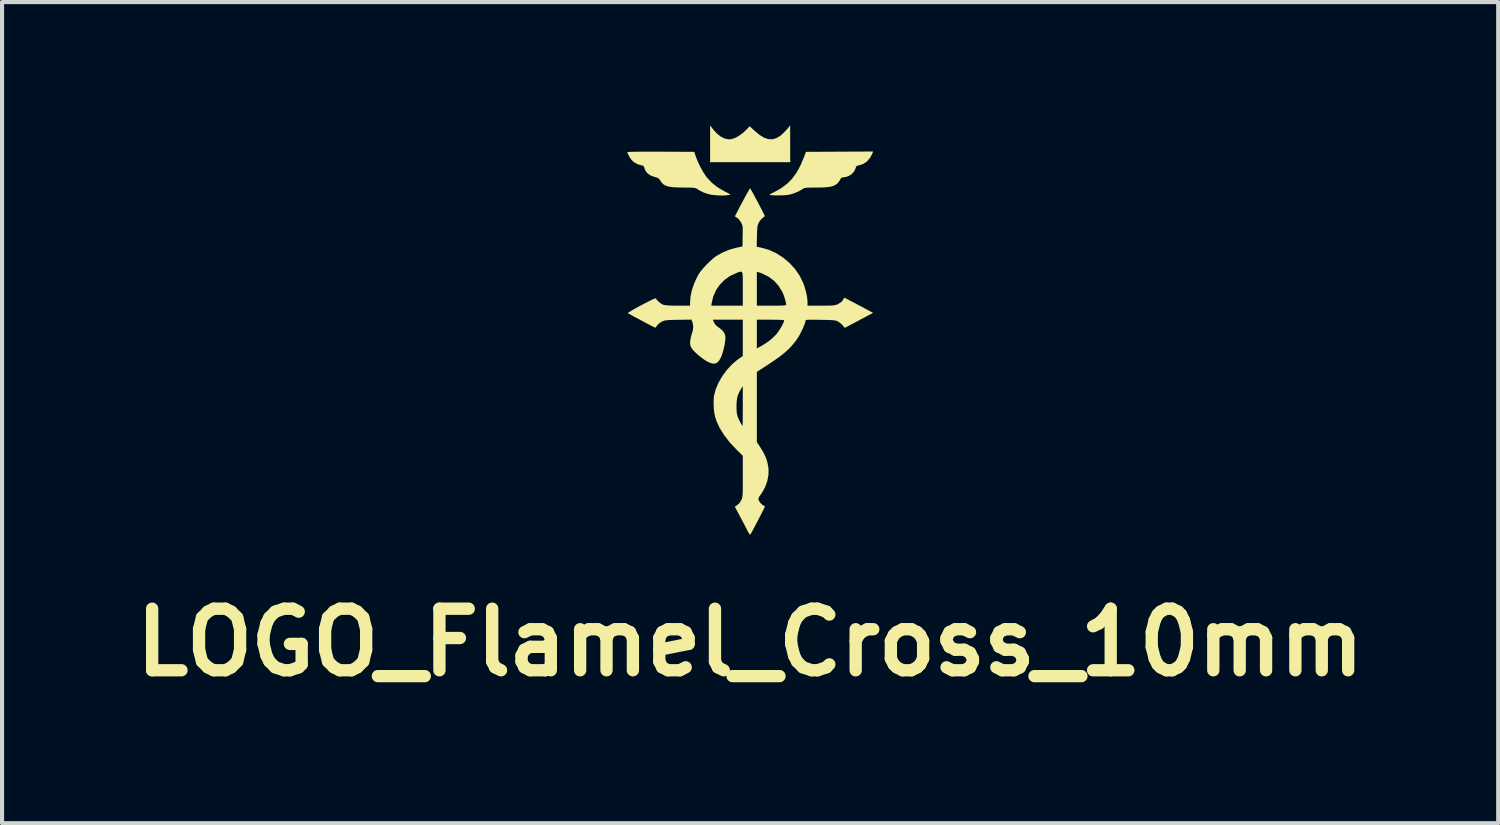
<source format=kicad_pcb>
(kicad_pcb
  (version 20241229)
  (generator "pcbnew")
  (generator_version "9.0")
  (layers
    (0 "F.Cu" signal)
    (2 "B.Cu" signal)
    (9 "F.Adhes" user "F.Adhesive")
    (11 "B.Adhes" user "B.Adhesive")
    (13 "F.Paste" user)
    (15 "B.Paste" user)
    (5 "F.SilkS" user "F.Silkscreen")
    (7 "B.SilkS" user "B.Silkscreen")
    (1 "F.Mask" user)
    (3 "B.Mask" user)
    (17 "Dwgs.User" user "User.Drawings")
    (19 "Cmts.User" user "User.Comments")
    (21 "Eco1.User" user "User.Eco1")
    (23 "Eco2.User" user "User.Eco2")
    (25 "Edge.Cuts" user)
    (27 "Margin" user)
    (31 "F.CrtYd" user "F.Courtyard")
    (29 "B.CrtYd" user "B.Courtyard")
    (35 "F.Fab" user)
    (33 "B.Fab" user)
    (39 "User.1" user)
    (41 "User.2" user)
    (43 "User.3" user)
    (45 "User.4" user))
  (footprint "LOGO_Flamel_Cross_10mm"
    (layer "F.Cu")
    (at 15.229 4.984)
    (property "Reference" "LOGO_Flamel_Cross_10mm" (at 0 7.62 0) (layer "F.SilkS") (effects (font (size 1.5 1.5) (thickness 0.3))))
    (attr board_only exclude_from_pos_files exclude_from_bom)
    (fp_poly (pts (xy 0.975 -4.533) (xy 0.976 -4.082) (xy 0 -4.082) (xy -0.976 -4.082) (xy -0.976 -4.53) (xy -0.976 -4.978) (xy -0.898 -4.876) (xy -0.808 -4.777) (xy -0.712 -4.703) (xy -0.614 -4.656) (xy -0.517 -4.638) (xy -0.465 -4.642) (xy -0.377 -4.668) (xy -0.281 -4.719) (xy -0.184 -4.789) (xy -0.112 -4.854) (xy -0.01 -4.957) (xy 0.11 -4.845) (xy 0.227 -4.748) (xy 0.337 -4.681) (xy 0.44 -4.645) (xy 0.54 -4.64) (xy 0.636 -4.666) (xy 0.732 -4.723) (xy 0.805 -4.787) (xy 0.856 -4.839) (xy 0.902 -4.89) (xy 0.935 -4.928) (xy 0.94 -4.935) (xy 0.975 -4.984)) (stroke (width 0) (type solid)) (fill yes) (layer "F.SilkS"))
    (fp_poly (pts (xy 2.983 -4.305) (xy 2.968 -4.272) (xy 2.941 -4.224) (xy 2.918 -4.184) (xy 2.846 -4.1) (xy 2.757 -4.04) (xy 2.656 -4.007) (xy 2.655 -4.007) (xy 2.61 -3.997) (xy 2.586 -3.98) (xy 2.572 -3.944) (xy 2.568 -3.929) (xy 2.531 -3.853) (xy 2.471 -3.788) (xy 2.393 -3.741) (xy 2.342 -3.725) (xy 2.29 -3.715) (xy 2.25 -3.709) (xy 2.237 -3.708) (xy 2.216 -3.694) (xy 2.196 -3.661) (xy 2.196 -3.661) (xy 2.172 -3.619) (xy 2.135 -3.575) (xy 2.125 -3.564) (xy 2.082 -3.531) (xy 2.03 -3.505) (xy 1.963 -3.486) (xy 1.878 -3.474) (xy 1.77 -3.466) (xy 1.634 -3.464) (xy 1.605 -3.464) (xy 1.502 -3.463) (xy 1.426 -3.462) (xy 1.373 -3.459) (xy 1.336 -3.454) (xy 1.31 -3.446) (xy 1.29 -3.435) (xy 1.287 -3.433) (xy 1.187 -3.374) (xy 1.071 -3.324) (xy 0.962 -3.292) (xy 0.886 -3.281) (xy 0.789 -3.274) (xy 0.684 -3.272) (xy 0.583 -3.274) (xy 0.506 -3.28) (xy 0.483 -3.284) (xy 0.475 -3.29) (xy 0.486 -3.301) (xy 0.519 -3.319) (xy 0.577 -3.348) (xy 0.598 -3.359) (xy 0.759 -3.45) (xy 0.9 -3.555) (xy 1.022 -3.679) (xy 1.128 -3.824) (xy 1.222 -3.994) (xy 1.301 -4.179) (xy 1.36 -4.334) (xy 2.177 -4.338) (xy 2.994 -4.342)) (stroke (width 0) (type solid)) (fill yes) (layer "F.SilkS"))
    (fp_poly (pts (xy -2.288 -4.338) (xy -2.177 -4.338) (xy -1.362 -4.334) (xy -1.324 -4.22) (xy -1.277 -4.099) (xy -1.217 -3.972) (xy -1.15 -3.851) (xy -1.081 -3.746) (xy -1.052 -3.708) (xy -0.932 -3.579) (xy -0.793 -3.47) (xy -0.631 -3.375) (xy -0.619 -3.369) (xy -0.552 -3.335) (xy -0.511 -3.313) (xy -0.492 -3.298) (xy -0.492 -3.29) (xy -0.508 -3.284) (xy -0.514 -3.283) (xy -0.583 -3.274) (xy -0.674 -3.27) (xy -0.775 -3.273) (xy -0.874 -3.28) (xy -0.962 -3.292) (xy -1.003 -3.301) (xy -1.128 -3.341) (xy -1.236 -3.394) (xy -1.293 -3.43) (xy -1.314 -3.443) (xy -1.338 -3.451) (xy -1.37 -3.457) (xy -1.417 -3.461) (xy -1.484 -3.463) (xy -1.576 -3.463) (xy -1.613 -3.464) (xy -1.759 -3.466) (xy -1.877 -3.472) (xy -1.971 -3.485) (xy -2.044 -3.505) (xy -2.101 -3.533) (xy -2.145 -3.571) (xy -2.181 -3.619) (xy -2.19 -3.633) (xy -2.212 -3.668) (xy -2.238 -3.691) (xy -2.276 -3.708) (xy -2.332 -3.724) (xy -2.434 -3.762) (xy -2.51 -3.818) (xy -2.56 -3.892) (xy -2.573 -3.93) (xy -2.588 -3.973) (xy -2.608 -3.995) (xy -2.645 -4.005) (xy -2.655 -4.007) (xy -2.75 -4.035) (xy -2.835 -4.085) (xy -2.885 -4.132) (xy -2.918 -4.177) (xy -2.951 -4.23) (xy -2.977 -4.28) (xy -2.991 -4.317) (xy -2.992 -4.325) (xy -2.978 -4.329) (xy -2.937 -4.333) (xy -2.867 -4.335) (xy -2.768 -4.337) (xy -2.639 -4.338) (xy -2.479 -4.339)) (stroke (width 0) (type solid)) (fill yes) (layer "F.SilkS"))
    (fp_poly (pts (xy 0.008 -3.433) (xy 0.03 -3.395) (xy 0.062 -3.338) (xy 0.101 -3.267) (xy 0.144 -3.186) (xy 0.19 -3.101) (xy 0.234 -3.016) (xy 0.276 -2.937) (xy 0.311 -2.867) (xy 0.338 -2.813) (xy 0.354 -2.779) (xy 0.357 -2.769) (xy 0.344 -2.753) (xy 0.313 -2.729) (xy 0.304 -2.724) (xy 0.265 -2.688) (xy 0.226 -2.636) (xy 0.211 -2.61) (xy 0.196 -2.576) (xy 0.184 -2.543) (xy 0.177 -2.504) (xy 0.172 -2.453) (xy 0.168 -2.384) (xy 0.166 -2.289) (xy 0.165 -2.275) (xy 0.16 -2.021) (xy 0.263 -2.001) (xy 0.45 -1.948) (xy 0.631 -1.867) (xy 0.8 -1.759) (xy 0.955 -1.63) (xy 1.092 -1.481) (xy 1.206 -1.316) (xy 1.293 -1.14) (xy 1.299 -1.125) (xy 1.337 -1.011) (xy 1.368 -0.89) (xy 1.39 -0.776) (xy 1.398 -0.677) (xy 1.398 -0.667) (xy 1.398 -0.585) (xy 1.728 -0.586) (xy 1.84 -0.586) (xy 1.925 -0.587) (xy 1.988 -0.589) (xy 2.035 -0.593) (xy 2.071 -0.599) (xy 2.1 -0.608) (xy 2.13 -0.62) (xy 2.143 -0.626) (xy 2.218 -0.672) (xy 2.262 -0.723) (xy 2.296 -0.781) (xy 2.534 -0.656) (xy 2.625 -0.608) (xy 2.715 -0.561) (xy 2.796 -0.517) (xy 2.861 -0.483) (xy 2.884 -0.471) (xy 2.995 -0.411) (xy 2.843 -0.33) (xy 2.766 -0.288) (xy 2.672 -0.239) (xy 2.576 -0.187) (xy 2.499 -0.147) (xy 2.306 -0.045) (xy 2.257 -0.104) (xy 2.21 -0.151) (xy 2.154 -0.192) (xy 2.141 -0.2) (xy 2.117 -0.211) (xy 2.091 -0.22) (xy 2.06 -0.227) (xy 2.017 -0.232) (xy 1.959 -0.235) (xy 1.881 -0.238) (xy 1.777 -0.24) (xy 1.711 -0.241) (xy 1.594 -0.243) (xy 1.505 -0.243) (xy 1.441 -0.243) (xy 1.397 -0.241) (xy 1.37 -0.237) (xy 1.356 -0.232) (xy 1.35 -0.224) (xy 1.349 -0.217) (xy 1.342 -0.178) (xy 1.321 -0.119) (xy 1.291 -0.047) (xy 1.254 0.031) (xy 1.215 0.108) (xy 1.176 0.176) (xy 1.167 0.191) (xy 1.096 0.293) (xy 1.019 0.387) (xy 0.933 0.477) (xy 0.834 0.566) (xy 0.717 0.658) (xy 0.577 0.757) (xy 0.435 0.851) (xy 0.163 1.028) (xy 0.163 1.882) (xy 0.163 2.736) (xy 0.234 2.844) (xy 0.316 2.978) (xy 0.376 3.1) (xy 0.417 3.218) (xy 0.441 3.34) (xy 0.448 3.394) (xy 0.446 3.534) (xy 0.419 3.682) (xy 0.368 3.827) (xy 0.295 3.963) (xy 0.253 4.022) (xy 0.216 4.076) (xy 0.201 4.116) (xy 0.202 4.139) (xy 0.222 4.183) (xy 0.258 4.231) (xy 0.298 4.269) (xy 0.326 4.285) (xy 0.352 4.3) (xy 0.358 4.312) (xy 0.351 4.33) (xy 0.331 4.372) (xy 0.3 4.432) (xy 0.263 4.506) (xy 0.22 4.589) (xy 0.175 4.675) (xy 0.13 4.761) (xy 0.088 4.84) (xy 0.052 4.908) (xy 0.023 4.96) (xy 0.005 4.99) (xy 0.002 4.996) (xy -0.01 4.988) (xy -0.032 4.957) (xy -0.059 4.909) (xy -0.069 4.89) (xy -0.098 4.833) (xy -0.138 4.756) (xy -0.185 4.668) (xy -0.233 4.576) (xy -0.251 4.542) (xy -0.374 4.312) (xy -0.315 4.275) (xy -0.257 4.221) (xy -0.218 4.156) (xy -0.207 4.132) (xy -0.198 4.109) (xy -0.192 4.083) (xy -0.187 4.049) (xy -0.183 4.005) (xy -0.181 3.946) (xy -0.18 3.867) (xy -0.179 3.766) (xy -0.179 3.638) (xy -0.179 3.573) (xy -0.179 3.073) (xy -0.339 2.915) (xy -0.5 2.743) (xy -0.634 2.569) (xy -0.742 2.395) (xy -0.821 2.225) (xy -0.854 2.122) (xy -0.874 2.023) (xy -0.887 1.905) (xy -0.888 1.862) (xy -0.333 1.862) (xy -0.331 1.957) (xy -0.326 2.028) (xy -0.315 2.084) (xy -0.303 2.122) (xy -0.281 2.173) (xy -0.255 2.228) (xy -0.228 2.28) (xy -0.204 2.32) (xy -0.188 2.34) (xy -0.185 2.342) (xy -0.184 2.326) (xy -0.182 2.282) (xy -0.181 2.213) (xy -0.18 2.124) (xy -0.18 2.018) (xy -0.179 1.9) (xy -0.179 1.858) (xy -0.18 1.374) (xy -0.22 1.439) (xy -0.271 1.53) (xy -0.305 1.615) (xy -0.324 1.705) (xy -0.332 1.812) (xy -0.333 1.862) (xy -0.888 1.862) (xy -0.891 1.783) (xy -0.887 1.669) (xy -0.879 1.6) (xy -0.838 1.448) (xy -0.771 1.291) (xy -0.681 1.135) (xy -0.573 0.987) (xy -0.449 0.852) (xy -0.316 0.736) (xy -0.264 0.699) (xy -0.18 0.642) (xy -0.179 0.199) (xy -0.179 -0.244) (xy 0.163 -0.244) (xy 0.163 0.106) (xy 0.163 0.457) (xy 0.261 0.403) (xy 0.324 0.366) (xy 0.397 0.318) (xy 0.465 0.27) (xy 0.467 0.268) (xy 0.533 0.214) (xy 0.6 0.15) (xy 0.655 0.09) (xy 0.655 0.089) (xy 0.695 0.034) (xy 0.737 -0.031) (xy 0.775 -0.097) (xy 0.806 -0.158) (xy 0.825 -0.206) (xy 0.829 -0.226) (xy 0.817 -0.233) (xy 0.778 -0.238) (xy 0.711 -0.241) (xy 0.615 -0.243) (xy 0.496 -0.244) (xy 0.163 -0.244) (xy -0.179 -0.244) (xy -0.544 -0.244) (xy -0.909 -0.244) (xy -0.888 -0.194) (xy -0.865 -0.148) (xy -0.834 -0.109) (xy -0.789 -0.07) (xy -0.743 -0.037) (xy -0.666 0.028) (xy -0.62 0.099) (xy -0.602 0.178) (xy -0.602 0.195) (xy -0.608 0.272) (xy -0.623 0.368) (xy -0.646 0.471) (xy -0.673 0.569) (xy -0.702 0.652) (xy -0.708 0.666) (xy -0.754 0.75) (xy -0.804 0.803) (xy -0.862 0.827) (xy -0.931 0.822) (xy -1.015 0.791) (xy -1.016 0.791) (xy -1.087 0.751) (xy -1.168 0.695) (xy -1.253 0.628) (xy -1.33 0.559) (xy -1.391 0.496) (xy -1.405 0.478) (xy -1.44 0.428) (xy -1.457 0.386) (xy -1.463 0.336) (xy -1.464 0.313) (xy -1.456 0.24) (xy -1.437 0.152) (xy -1.421 0.102) (xy -1.394 0.004) (xy -1.387 -0.08) (xy -1.4 -0.161) (xy -1.414 -0.202) (xy -1.431 -0.246) (xy -1.752 -0.241) (xy -1.864 -0.239) (xy -1.948 -0.237) (xy -2.01 -0.233) (xy -2.056 -0.228) (xy -2.091 -0.221) (xy -2.12 -0.212) (xy -2.149 -0.198) (xy -2.152 -0.197) (xy -2.207 -0.162) (xy -2.253 -0.12) (xy -2.266 -0.104) (xy -2.29 -0.069) (xy -2.308 -0.05) (xy -2.311 -0.049) (xy -2.328 -0.056) (xy -2.369 -0.076) (xy -2.428 -0.107) (xy -2.501 -0.145) (xy -2.583 -0.188) (xy -2.668 -0.233) (xy -2.752 -0.278) (xy -2.83 -0.319) (xy -2.896 -0.356) (xy -2.946 -0.383) (xy -2.975 -0.4) (xy -2.98 -0.404) (xy -2.97 -0.415) (xy -2.935 -0.438) (xy -2.878 -0.473) (xy -2.804 -0.515) (xy -2.716 -0.564) (xy -2.647 -0.6) (xy -2.526 -0.663) (xy -2.432 -0.711) (xy -2.364 -0.743) (xy -2.319 -0.76) (xy -2.297 -0.764) (xy -2.295 -0.762) (xy -2.272 -0.724) (xy -2.229 -0.682) (xy -2.178 -0.641) (xy -2.127 -0.611) (xy -2.105 -0.604) (xy -2.067 -0.598) (xy -2.004 -0.592) (xy -1.921 -0.588) (xy -1.825 -0.586) (xy -1.752 -0.585) (xy -1.464 -0.585) (xy -0.947 -0.585) (xy -0.563 -0.585) (xy -0.179 -0.585) (xy -0.179 -1) (xy -0.179 -1.132) (xy -0.179 -1.234) (xy -0.181 -1.31) (xy -0.186 -1.363) (xy -0.196 -1.396) (xy -0.212 -1.412) (xy -0.222 -1.413) (xy 0.163 -1.413) (xy 0.163 -0.999) (xy 0.163 -0.585) (xy 0.52 -0.585) (xy 0.643 -0.586) (xy 0.736 -0.587) (xy 0.803 -0.59) (xy 0.847 -0.594) (xy 0.871 -0.599) (xy 0.878 -0.606) (xy 0.872 -0.652) (xy 0.856 -0.718) (xy 0.835 -0.791) (xy 0.81 -0.861) (xy 0.787 -0.915) (xy 0.695 -1.066) (xy 0.581 -1.193) (xy 0.446 -1.294) (xy 0.292 -1.37) (xy 0.232 -1.391) (xy 0.163 -1.413) (xy -0.222 -1.413) (xy -0.235 -1.415) (xy -0.267 -1.407) (xy -0.309 -1.391) (xy -0.345 -1.377) (xy -0.495 -1.306) (xy -0.629 -1.21) (xy -0.743 -1.092) (xy -0.835 -0.956) (xy -0.901 -0.806) (xy -0.935 -0.663) (xy -0.947 -0.585) (xy -1.464 -0.585) (xy -1.464 -0.676) (xy -1.452 -0.816) (xy -1.418 -0.969) (xy -1.364 -1.127) (xy -1.293 -1.283) (xy -1.249 -1.362) (xy -1.203 -1.427) (xy -1.138 -1.505) (xy -1.061 -1.588) (xy -0.979 -1.668) (xy -0.899 -1.739) (xy -0.829 -1.793) (xy -0.821 -1.797) (xy -0.674 -1.88) (xy -0.511 -1.948) (xy -0.348 -1.995) (xy -0.328 -1.999) (xy -0.187 -2.028) (xy -0.183 -2.28) (xy -0.181 -2.376) (xy -0.181 -2.446) (xy -0.183 -2.496) (xy -0.188 -2.533) (xy -0.197 -2.563) (xy -0.211 -2.593) (xy -0.223 -2.617) (xy -0.277 -2.694) (xy -0.346 -2.746) (xy -0.371 -2.758) (xy -0.366 -2.773) (xy -0.347 -2.811) (xy -0.318 -2.868) (xy -0.281 -2.939) (xy -0.239 -3.02) (xy -0.193 -3.105) (xy -0.148 -3.19) (xy -0.104 -3.271) (xy -0.065 -3.341) (xy -0.033 -3.397) (xy -0.012 -3.434) (xy -0.002 -3.447)) (stroke (width 0) (type solid)) (fill yes) (layer "F.SilkS")))
  (gr_rect
    (start -3 -3)
    (end 33.457 17.008)
    (stroke (width 0.1) (type default))
    (fill no)
    (layer "Edge.Cuts")))
</source>
